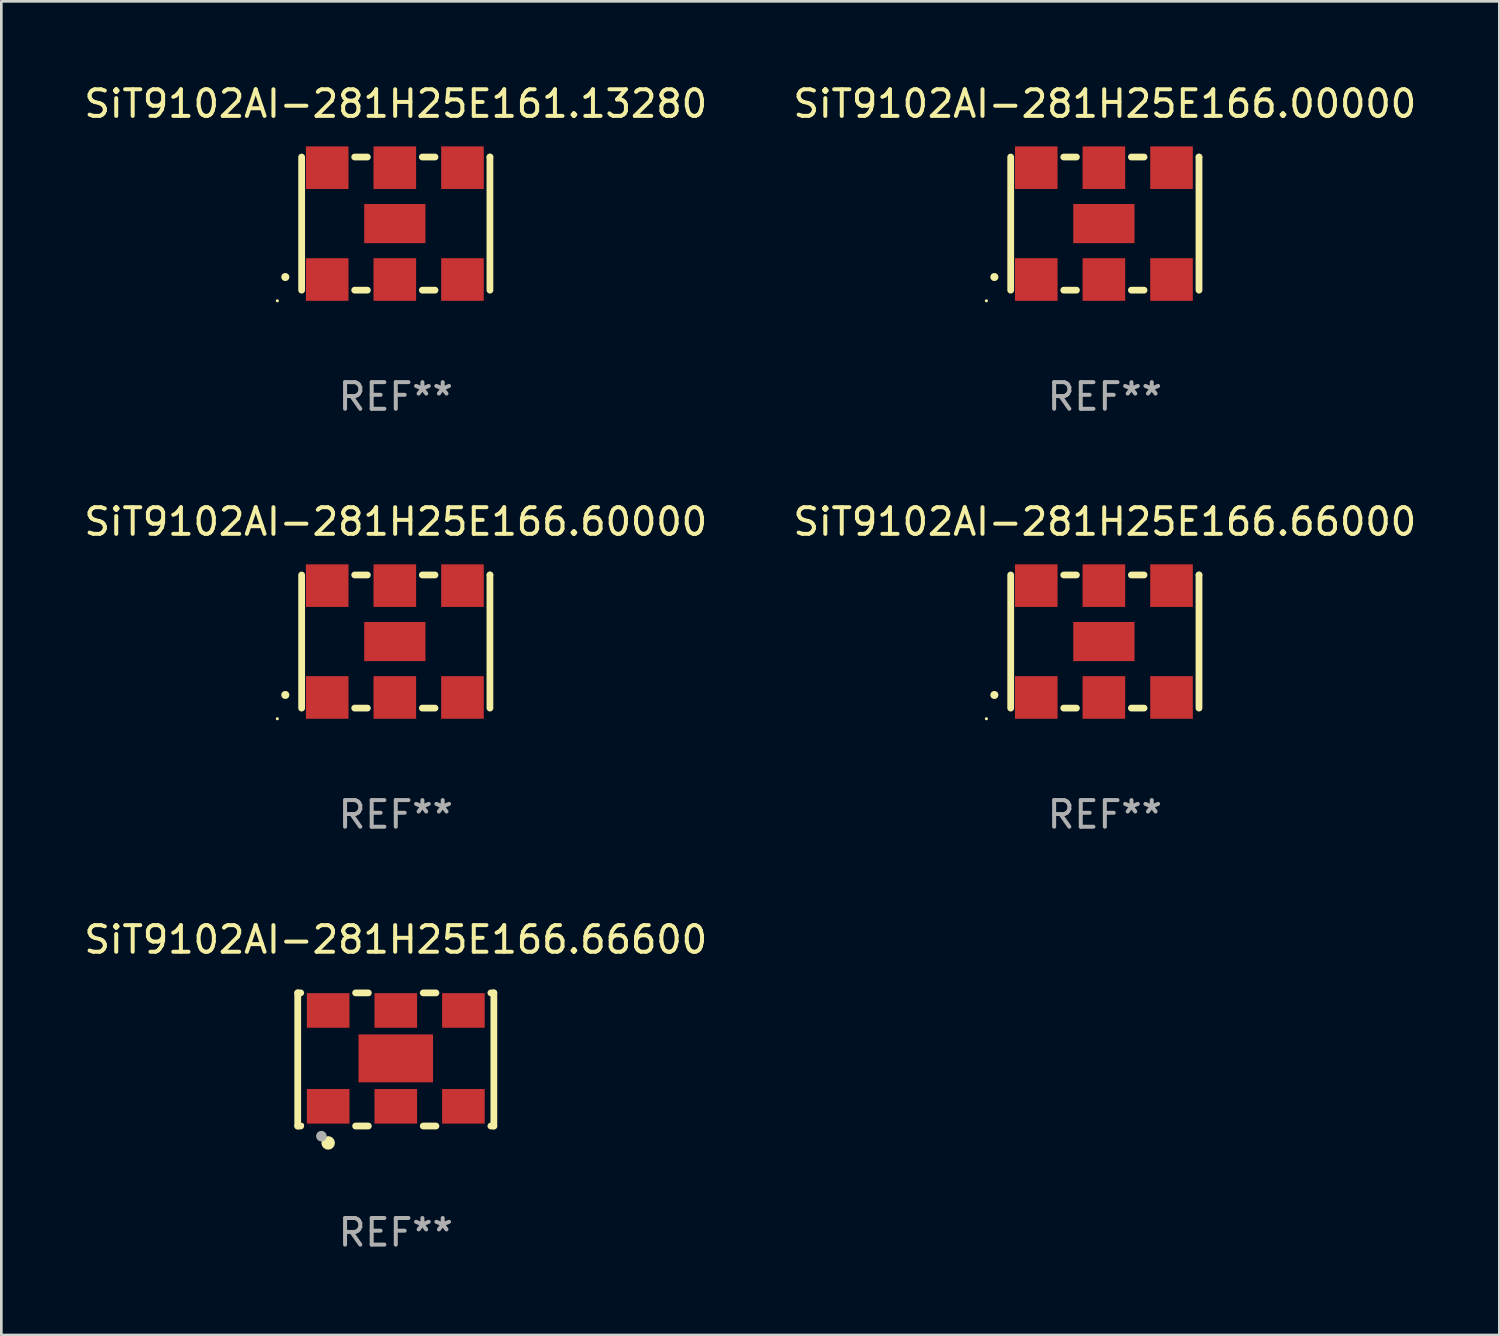
<source format=kicad_pcb>
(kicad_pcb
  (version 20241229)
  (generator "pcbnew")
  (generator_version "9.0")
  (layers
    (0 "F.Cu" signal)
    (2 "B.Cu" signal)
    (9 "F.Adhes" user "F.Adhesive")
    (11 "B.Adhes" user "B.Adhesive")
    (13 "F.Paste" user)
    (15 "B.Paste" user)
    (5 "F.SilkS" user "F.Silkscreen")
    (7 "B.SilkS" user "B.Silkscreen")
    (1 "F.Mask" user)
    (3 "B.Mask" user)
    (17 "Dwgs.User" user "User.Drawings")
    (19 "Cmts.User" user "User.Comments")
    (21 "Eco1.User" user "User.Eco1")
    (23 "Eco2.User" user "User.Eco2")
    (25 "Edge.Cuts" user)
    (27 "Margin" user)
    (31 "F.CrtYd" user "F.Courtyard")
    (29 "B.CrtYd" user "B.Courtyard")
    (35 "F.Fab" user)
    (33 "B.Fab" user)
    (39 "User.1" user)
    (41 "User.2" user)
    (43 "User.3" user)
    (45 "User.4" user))
  (footprint "SiT9102AI-281H25E166.66600"
    (layer "F.Cu")
    (at 11.815 36.741)
    (property "Reference" "SiT9102AI-281H25E166.66600" (at 0 -4.5 0) (layer "F.SilkS") (effects (font (size 1 1) (thickness 0.15))))
    (attr through_hole)
    (fp_line (start -3.683 -2.5) (end -3.571 -2.5) (stroke (width 0.254) (type solid)) (layer "F.SilkS"))
    (fp_line (start -3.683 2.5) (end -3.683 -2.5) (stroke (width 0.254) (type solid)) (layer "F.SilkS"))
    (fp_line (start -3.683 2.5) (end -3.571 2.5) (stroke (width 0.254) (type solid)) (layer "F.SilkS"))
    (fp_line (start -1.509 -2.5) (end -1.031 -2.5) (stroke (width 0.254) (type solid)) (layer "F.SilkS"))
    (fp_line (start -1.509 2.5) (end -1.031 2.5) (stroke (width 0.254) (type solid)) (layer "F.SilkS"))
    (fp_line (start 1.031 -2.5) (end 1.509 -2.5) (stroke (width 0.254) (type solid)) (layer "F.SilkS"))
    (fp_line (start 1.031 2.5) (end 1.509 2.5) (stroke (width 0.254) (type solid)) (layer "F.SilkS"))
    (fp_line (start 3.571 -2.5) (end 3.683 -2.5) (stroke (width 0.254) (type solid)) (layer "F.SilkS"))
    (fp_line (start 3.571 2.5) (end 3.683 2.5) (stroke (width 0.254) (type solid)) (layer "F.SilkS"))
    (fp_line (start 3.683 2.5) (end 3.683 -2.5) (stroke (width 0.254) (type solid)) (layer "F.SilkS"))
    (fp_circle (center -3.5 2.46) (end -3.47 2.46) (stroke (width 0.06) (type solid)) (fill no) (layer "F.SilkS"))
    (fp_circle (center -2.54 3.135) (end -2.413 3.135) (stroke (width 0.254) (type solid)) (fill no) (layer "F.SilkS"))
    (fp_circle (center -2.794 2.881) (end -2.694 2.881) (stroke (width 0.2) (type solid)) (fill no) (layer "F.Fab"))
    (fp_text user "REF**" (at 0 6.5 0) (layer "F.Fab") (effects (font (size 1 1) (thickness 0.15))))
    (pad "1" smd rect (at -2.54 1.76) (size 1.6 1.3) (layers "F.Cu" "F.Mask" "F.Paste"))
    (pad "2" smd rect (at 0 1.76) (size 1.6 1.3) (layers "F.Cu" "F.Mask" "F.Paste"))
    (pad "3" smd rect (at 2.54 1.76) (size 1.6 1.3) (layers "F.Cu" "F.Mask" "F.Paste"))
    (pad "4" smd rect (at 2.54 -1.84) (size 1.6 1.3) (layers "F.Cu" "F.Mask" "F.Paste"))
    (pad "5" smd rect (at 0 -1.84) (size 1.6 1.3) (layers "F.Cu" "F.Mask" "F.Paste"))
    (pad "6" smd rect (at -2.54 -1.84) (size 1.6 1.3) (layers "F.Cu" "F.Mask" "F.Paste"))
    (pad "7" smd rect (at 0 -0.04) (size 2.8 1.8) (layers "F.Cu" "F.Mask" "F.Paste")))
  (footprint "SiT9102AI-281H25E166.00000"
    (layer "F.Cu")
    (at 38.446 5.348)
    (property "Reference" "SiT9102AI-281H25E166.00000" (at 0 -4.5 0) (layer "F.SilkS") (effects (font (size 1 1) (thickness 0.15))))
    (attr through_hole)
    (fp_line (start -3.536 -2.5) (end -3.536 2.5) (stroke (width 0.254) (type solid)) (layer "F.SilkS"))
    (fp_line (start -1.544 2.5) (end -1.067 2.5) (stroke (width 0.254) (type solid)) (layer "F.SilkS"))
    (fp_line (start -1.067 -2.5) (end -1.544 -2.5) (stroke (width 0.254) (type solid)) (layer "F.SilkS"))
    (fp_line (start 0.996 2.5) (end 1.473 2.5) (stroke (width 0.254) (type solid)) (layer "F.SilkS"))
    (fp_line (start 1.473 -2.5) (end 0.996 -2.5) (stroke (width 0.254) (type solid)) (layer "F.SilkS"))
    (fp_line (start 3.536 -2.5) (end 3.536 -2.5) (stroke (width 0.254) (type solid)) (layer "F.SilkS"))
    (fp_line (start 3.536 2.5) (end 3.536 -2.5) (stroke (width 0.254) (type solid)) (layer "F.SilkS"))
    (fp_arc (start -4.150432 2.006604) (mid -4.149162 2.006599) (end -4.147892 2.006604) (stroke (width 0.3) (type solid)) (layer "F.SilkS"))
    (fp_circle (center -4.449 2.9) (end -4.419 2.9) (stroke (width 0.06) (type solid)) (fill no) (layer "F.SilkS"))
    (fp_text user "REF**" (at 0 6.5 0) (layer "F.Fab") (effects (font (size 1 1) (thickness 0.15))))
    (pad "1" smd rect (at -2.576 2.1) (size 1.6 1.6) (layers "F.Cu" "F.Mask" "F.Paste"))
    (pad "2" smd rect (at -0.036 2.1) (size 1.6 1.6) (layers "F.Cu" "F.Mask" "F.Paste"))
    (pad "3" smd rect (at 2.504 2.1) (size 1.6 1.6) (layers "F.Cu" "F.Mask" "F.Paste"))
    (pad "4" smd rect (at 2.504 -2.1) (size 1.6 1.6) (layers "F.Cu" "F.Mask" "F.Paste"))
    (pad "5" smd rect (at -0.036 -2.1) (size 1.6 1.6) (layers "F.Cu" "F.Mask" "F.Paste"))
    (pad "6" smd rect (at -2.576 -2.1) (size 1.6 1.6) (layers "F.Cu" "F.Mask" "F.Paste"))
    (pad "7" smd rect (at -0.036 0) (size 2.3 1.47) (layers "F.Cu" "F.Mask" "F.Paste")))
  (footprint "SiT9102AI-281H25E161.13280"
    (layer "F.Cu")
    (at 11.815 5.348)
    (property "Reference" "SiT9102AI-281H25E161.13280" (at 0 -4.5 0) (layer "F.SilkS") (effects (font (size 1 1) (thickness 0.15))))
    (attr through_hole)
    (fp_line (start -3.536 -2.5) (end -3.536 2.5) (stroke (width 0.254) (type solid)) (layer "F.SilkS"))
    (fp_line (start -1.544 2.5) (end -1.067 2.5) (stroke (width 0.254) (type solid)) (layer "F.SilkS"))
    (fp_line (start -1.067 -2.5) (end -1.544 -2.5) (stroke (width 0.254) (type solid)) (layer "F.SilkS"))
    (fp_line (start 0.996 2.5) (end 1.473 2.5) (stroke (width 0.254) (type solid)) (layer "F.SilkS"))
    (fp_line (start 1.473 -2.5) (end 0.996 -2.5) (stroke (width 0.254) (type solid)) (layer "F.SilkS"))
    (fp_line (start 3.536 -2.5) (end 3.536 -2.5) (stroke (width 0.254) (type solid)) (layer "F.SilkS"))
    (fp_line (start 3.536 2.5) (end 3.536 -2.5) (stroke (width 0.254) (type solid)) (layer "F.SilkS"))
    (fp_arc (start -4.150432 2.006604) (mid -4.149162 2.006599) (end -4.147892 2.006604) (stroke (width 0.3) (type solid)) (layer "F.SilkS"))
    (fp_circle (center -4.449 2.9) (end -4.419 2.9) (stroke (width 0.06) (type solid)) (fill no) (layer "F.SilkS"))
    (fp_text user "REF**" (at 0 6.5 0) (layer "F.Fab") (effects (font (size 1 1) (thickness 0.15))))
    (pad "1" smd rect (at -2.576 2.1) (size 1.6 1.6) (layers "F.Cu" "F.Mask" "F.Paste"))
    (pad "2" smd rect (at -0.036 2.1) (size 1.6 1.6) (layers "F.Cu" "F.Mask" "F.Paste"))
    (pad "3" smd rect (at 2.504 2.1) (size 1.6 1.6) (layers "F.Cu" "F.Mask" "F.Paste"))
    (pad "4" smd rect (at 2.504 -2.1) (size 1.6 1.6) (layers "F.Cu" "F.Mask" "F.Paste"))
    (pad "5" smd rect (at -0.036 -2.1) (size 1.6 1.6) (layers "F.Cu" "F.Mask" "F.Paste"))
    (pad "6" smd rect (at -2.576 -2.1) (size 1.6 1.6) (layers "F.Cu" "F.Mask" "F.Paste"))
    (pad "7" smd rect (at -0.036 0) (size 2.3 1.47) (layers "F.Cu" "F.Mask" "F.Paste")))
  (footprint "SiT9102AI-281H25E166.60000"
    (layer "F.Cu")
    (at 11.815 21.045)
    (property "Reference" "SiT9102AI-281H25E166.60000" (at 0 -4.5 0) (layer "F.SilkS") (effects (font (size 1 1) (thickness 0.15))))
    (attr through_hole)
    (fp_line (start -3.536 -2.5) (end -3.536 2.5) (stroke (width 0.254) (type solid)) (layer "F.SilkS"))
    (fp_line (start -1.544 2.5) (end -1.067 2.5) (stroke (width 0.254) (type solid)) (layer "F.SilkS"))
    (fp_line (start -1.067 -2.5) (end -1.544 -2.5) (stroke (width 0.254) (type solid)) (layer "F.SilkS"))
    (fp_line (start 0.996 2.5) (end 1.473 2.5) (stroke (width 0.254) (type solid)) (layer "F.SilkS"))
    (fp_line (start 1.473 -2.5) (end 0.996 -2.5) (stroke (width 0.254) (type solid)) (layer "F.SilkS"))
    (fp_line (start 3.536 -2.5) (end 3.536 -2.5) (stroke (width 0.254) (type solid)) (layer "F.SilkS"))
    (fp_line (start 3.536 2.5) (end 3.536 -2.5) (stroke (width 0.254) (type solid)) (layer "F.SilkS"))
    (fp_arc (start -4.150432 2.006604) (mid -4.149162 2.006599) (end -4.147892 2.006604) (stroke (width 0.3) (type solid)) (layer "F.SilkS"))
    (fp_circle (center -4.449 2.9) (end -4.419 2.9) (stroke (width 0.06) (type solid)) (fill no) (layer "F.SilkS"))
    (fp_text user "REF**" (at 0 6.5 0) (layer "F.Fab") (effects (font (size 1 1) (thickness 0.15))))
    (pad "1" smd rect (at -2.576 2.1) (size 1.6 1.6) (layers "F.Cu" "F.Mask" "F.Paste"))
    (pad "2" smd rect (at -0.036 2.1) (size 1.6 1.6) (layers "F.Cu" "F.Mask" "F.Paste"))
    (pad "3" smd rect (at 2.504 2.1) (size 1.6 1.6) (layers "F.Cu" "F.Mask" "F.Paste"))
    (pad "4" smd rect (at 2.504 -2.1) (size 1.6 1.6) (layers "F.Cu" "F.Mask" "F.Paste"))
    (pad "5" smd rect (at -0.036 -2.1) (size 1.6 1.6) (layers "F.Cu" "F.Mask" "F.Paste"))
    (pad "6" smd rect (at -2.576 -2.1) (size 1.6 1.6) (layers "F.Cu" "F.Mask" "F.Paste"))
    (pad "7" smd rect (at -0.036 0) (size 2.3 1.47) (layers "F.Cu" "F.Mask" "F.Paste")))
  (footprint "SiT9102AI-281H25E166.66000"
    (layer "F.Cu")
    (at 38.446 21.045)
    (property "Reference" "SiT9102AI-281H25E166.66000" (at 0 -4.5 0) (layer "F.SilkS") (effects (font (size 1 1) (thickness 0.15))))
    (attr through_hole)
    (fp_line (start -3.536 -2.5) (end -3.536 2.5) (stroke (width 0.254) (type solid)) (layer "F.SilkS"))
    (fp_line (start -1.544 2.5) (end -1.067 2.5) (stroke (width 0.254) (type solid)) (layer "F.SilkS"))
    (fp_line (start -1.067 -2.5) (end -1.544 -2.5) (stroke (width 0.254) (type solid)) (layer "F.SilkS"))
    (fp_line (start 0.996 2.5) (end 1.473 2.5) (stroke (width 0.254) (type solid)) (layer "F.SilkS"))
    (fp_line (start 1.473 -2.5) (end 0.996 -2.5) (stroke (width 0.254) (type solid)) (layer "F.SilkS"))
    (fp_line (start 3.536 -2.5) (end 3.536 -2.5) (stroke (width 0.254) (type solid)) (layer "F.SilkS"))
    (fp_line (start 3.536 2.5) (end 3.536 -2.5) (stroke (width 0.254) (type solid)) (layer "F.SilkS"))
    (fp_arc (start -4.150432 2.006604) (mid -4.149162 2.006599) (end -4.147892 2.006604) (stroke (width 0.3) (type solid)) (layer "F.SilkS"))
    (fp_circle (center -4.449 2.9) (end -4.419 2.9) (stroke (width 0.06) (type solid)) (fill no) (layer "F.SilkS"))
    (fp_text user "REF**" (at 0 6.5 0) (layer "F.Fab") (effects (font (size 1 1) (thickness 0.15))))
    (pad "1" smd rect (at -2.576 2.1) (size 1.6 1.6) (layers "F.Cu" "F.Mask" "F.Paste"))
    (pad "2" smd rect (at -0.036 2.1) (size 1.6 1.6) (layers "F.Cu" "F.Mask" "F.Paste"))
    (pad "3" smd rect (at 2.504 2.1) (size 1.6 1.6) (layers "F.Cu" "F.Mask" "F.Paste"))
    (pad "4" smd rect (at 2.504 -2.1) (size 1.6 1.6) (layers "F.Cu" "F.Mask" "F.Paste"))
    (pad "5" smd rect (at -0.036 -2.1) (size 1.6 1.6) (layers "F.Cu" "F.Mask" "F.Paste"))
    (pad "6" smd rect (at -2.576 -2.1) (size 1.6 1.6) (layers "F.Cu" "F.Mask" "F.Paste"))
    (pad "7" smd rect (at -0.036 0) (size 2.3 1.47) (layers "F.Cu" "F.Mask" "F.Paste")))
  (gr_rect
    (start -3 -3)
    (end 53.262 47.09)
    (stroke (width 0.1) (type default))
    (fill no)
    (layer "Edge.Cuts")))
</source>
